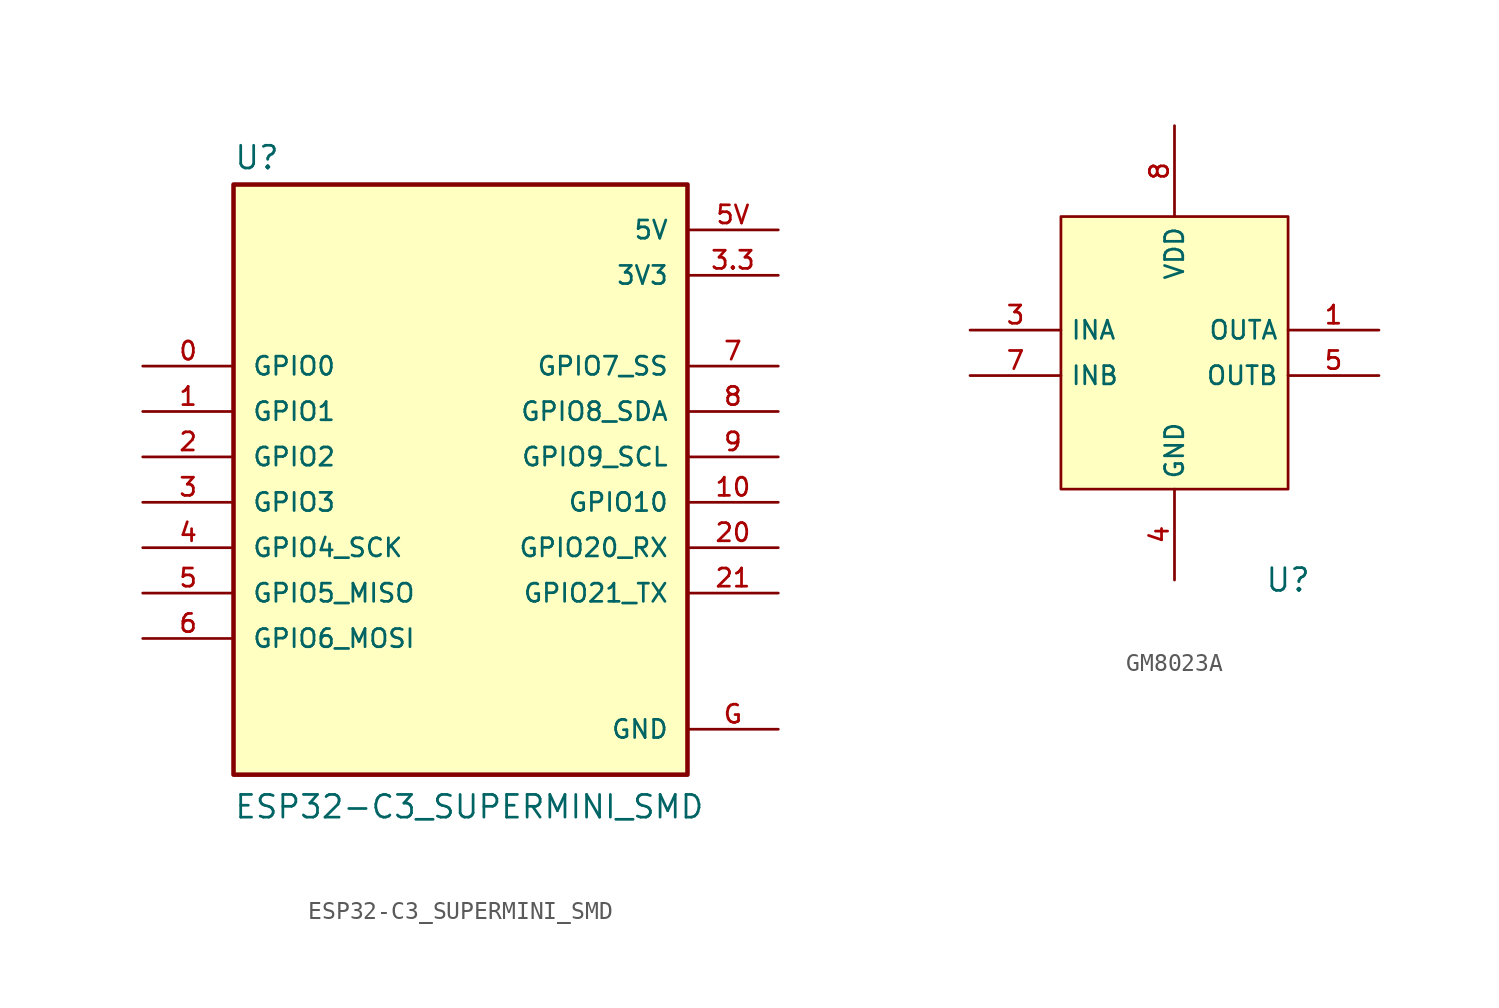
<source format=kicad_sym>
(kicad_symbol_lib
  (version 20241209)
  (generator "kicad_symbol_editor")
  (generator_version "9.0")
  (symbol "ESP32-C3_SUPERMINI_SMD"
    (pin_names
      (offset 1.016))
    (property "Reference" "U"
      (at -12.7 16.002 0)
      (effects (font (size 1.27 1.27)) (justify left bottom)))
    (property "Value" "ESP32-C3_SUPERMINI_SMD"
      (at -12.7 -20.32 0)
      (effects (font (size 1.27 1.27)) (justify left bottom)))
    (symbol "ESP32-C3_SUPERMINI_SMD_0_0"
      (rectangle (start -12.7 15.24) (end 12.7 -17.78) (stroke (width 0.254) (type default)) (fill (type background)))
      (pin bidirectional line (at -17.78 5.08 0) (length 5.08) (name "GPIO0" (effects (font (size 1.016 1.016)))) (number "0" (effects (font (size 1.016 1.016)))))
      (pin bidirectional line (at -17.78 2.54 0) (length 5.08) (name "GPIO1" (effects (font (size 1.016 1.016)))) (number "1" (effects (font (size 1.016 1.016)))))
      (pin bidirectional line (at -17.78 0 0) (length 5.08) (name "GPIO2" (effects (font (size 1.016 1.016)))) (number "2" (effects (font (size 1.016 1.016)))))
      (pin bidirectional line (at -17.78 -2.54 0) (length 5.08) (name "GPIO3" (effects (font (size 1.016 1.016)))) (number "3" (effects (font (size 1.016 1.016)))))
      (pin power_in line (at 17.78 12.7 180) (length 5.08) (name "5V" (effects (font (size 1.016 1.016)))) (number "5V" (effects (font (size 1.016 1.016)))))
      (pin power_in line (at 17.78 10.16 180) (length 5.08) (name "3V3" (effects (font (size 1.016 1.016)))) (number "3.3" (effects (font (size 1.016 1.016)))))
      (pin bidirectional line (at 17.78 -2.54 180) (length 5.08) (name "GPIO10" (effects (font (size 1.016 1.016)))) (number "10" (effects (font (size 1.016 1.016)))))
      (pin power_in line (at 17.78 -15.24 180) (length 5.08) (name "GND" (effects (font (size 1.016 1.016)))) (number "G" (effects (font (size 1.016 1.016))))))
    (symbol "ESP32-C3_SUPERMINI_SMD_1_0"
      (pin bidirectional line (at -17.78 -5.08 0) (length 5.08) (name "GPIO4_SCK" (effects (font (size 1.016 1.016)))) (number "4" (effects (font (size 1.016 1.016)))))
      (pin bidirectional line (at -17.78 -7.62 0) (length 5.08) (name "GPIO5_MISO" (effects (font (size 1.016 1.016)))) (number "5" (effects (font (size 1.016 1.016)))))
      (pin bidirectional line (at -17.78 -10.16 0) (length 5.08) (name "GPIO6_MOSI" (effects (font (size 1.016 1.016)))) (number "6" (effects (font (size 1.016 1.016)))))
      (pin bidirectional line (at 17.78 5.08 180) (length 5.08) (name "GPIO7_SS" (effects (font (size 1.016 1.016)))) (number "7" (effects (font (size 1.016 1.016)))))
      (pin bidirectional line (at 17.78 2.54 180) (length 5.08) (name "GPIO8_SDA" (effects (font (size 1.016 1.016)))) (number "8" (effects (font (size 1.016 1.016)))))
      (pin bidirectional line (at 17.78 0 180) (length 5.08) (name "GPIO9_SCL" (effects (font (size 1.016 1.016)))) (number "9" (effects (font (size 1.016 1.016)))))
      (pin bidirectional line (at 17.78 -5.08 180) (length 5.08) (name "GPIO20_RX" (effects (font (size 1.016 1.016)))) (number "20" (effects (font (size 1.016 1.016)))))
      (pin bidirectional line (at 17.78 -7.62 180) (length 5.08) (name "GPIO21_TX" (effects (font (size 1.016 1.016)))) (number "21" (effects (font (size 1.016 1.016)))))))
  (symbol "GM8023A"
    (property "Reference" "U"
      (at 6.35 -12.7 0)
      (effects (font (size 1.27 1.27))))
    (property "Value" ""
      (at 0 0 0)
      (effects (font (size 1.27 1.27))))
    (symbol "GM8023A_1_0"
      (pin input line (at -11.43 1.27 0) (length 5.08) (name "INA" (effects (font (size 1.016 1.016)))) (number "3" (effects (font (size 1.016 1.016)))))
      (pin input line (at -11.43 -1.27 0) (length 5.08) (name "INB" (effects (font (size 1.016 1.016)))) (number "7" (effects (font (size 1.016 1.016)))))
      (pin power_in line (at 0 12.7 270) (length 5.08) (name "VDD" (effects (font (size 1.016 1.016)))) (number "8" (effects (font (size 1.016 1.016)))))
      (pin no_connect line (at 0 0 180) (length 5.08) (hide yes) (name "NC" (effects (font (size 1.016 1.016)))) (number "6" (effects (font (size 1.016 1.016)))))
      (pin no_connect line (at 0 -1.27 180) (length 5.08) (hide yes) (name "NC" (effects (font (size 1.016 1.016)))) (number "2" (effects (font (size 1.016 1.016)))))
      (pin passive line (at 0 -12.7 90) (length 5.08) (name "GND" (effects (font (size 1.016 1.016)))) (number "4" (effects (font (size 1.016 1.016)))))
      (pin output line (at 11.43 1.27 180) (length 5.08) (name "OUTA" (effects (font (size 1.016 1.016)))) (number "1" (effects (font (size 1.016 1.016)))))
      (pin output line (at 11.43 -1.27 180) (length 5.08) (name "OUTB" (effects (font (size 1.016 1.016)))) (number "5" (effects (font (size 1.016 1.016))))))
    (symbol "GM8023A_1_1"
      (rectangle (start -6.35 7.62) (end 6.35 -7.62) (stroke (width 0) (type solid)) (fill (type background))))))
</source>
